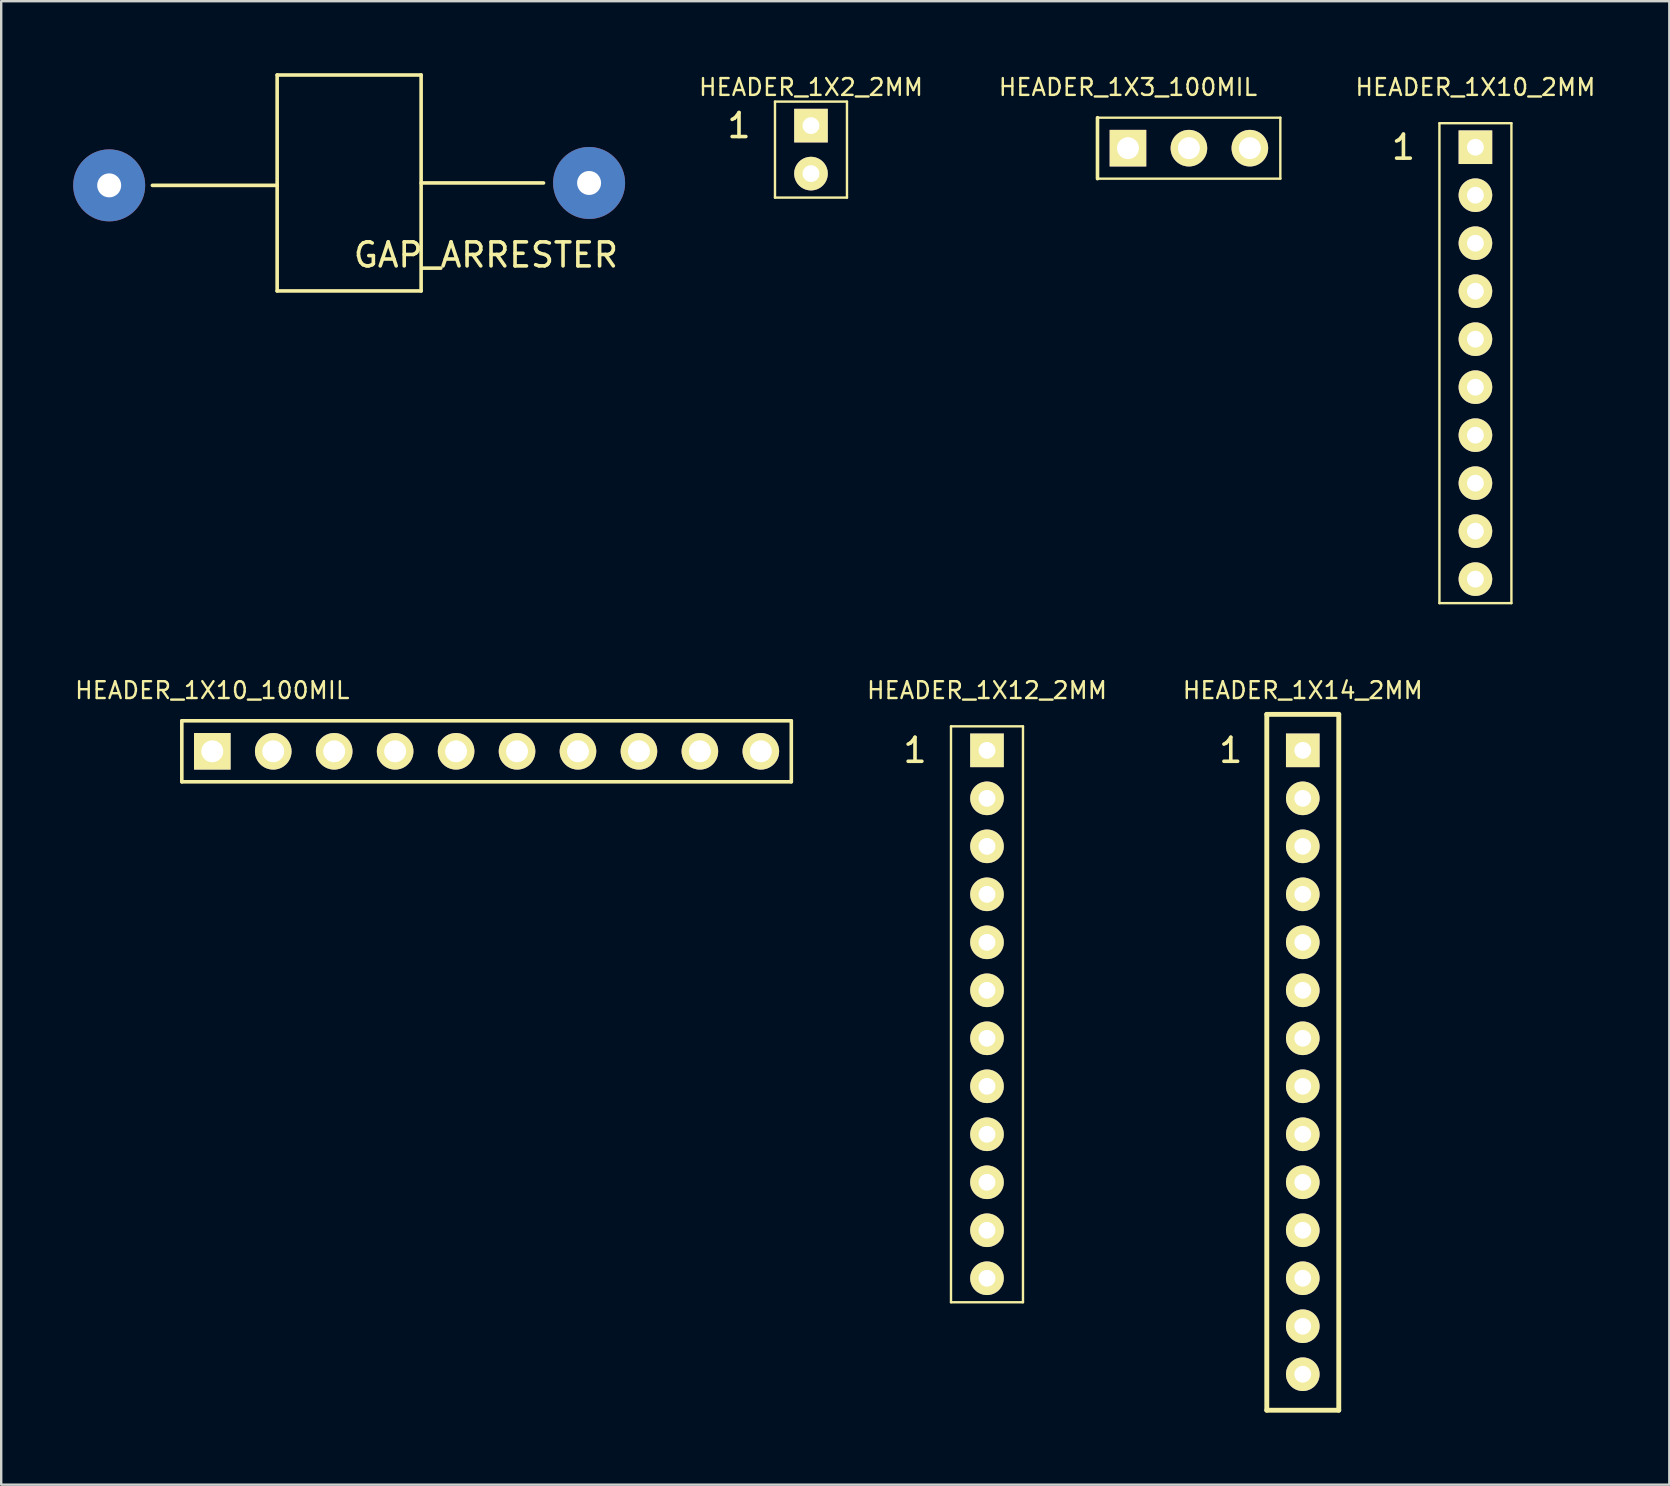
<source format=kicad_pcb>
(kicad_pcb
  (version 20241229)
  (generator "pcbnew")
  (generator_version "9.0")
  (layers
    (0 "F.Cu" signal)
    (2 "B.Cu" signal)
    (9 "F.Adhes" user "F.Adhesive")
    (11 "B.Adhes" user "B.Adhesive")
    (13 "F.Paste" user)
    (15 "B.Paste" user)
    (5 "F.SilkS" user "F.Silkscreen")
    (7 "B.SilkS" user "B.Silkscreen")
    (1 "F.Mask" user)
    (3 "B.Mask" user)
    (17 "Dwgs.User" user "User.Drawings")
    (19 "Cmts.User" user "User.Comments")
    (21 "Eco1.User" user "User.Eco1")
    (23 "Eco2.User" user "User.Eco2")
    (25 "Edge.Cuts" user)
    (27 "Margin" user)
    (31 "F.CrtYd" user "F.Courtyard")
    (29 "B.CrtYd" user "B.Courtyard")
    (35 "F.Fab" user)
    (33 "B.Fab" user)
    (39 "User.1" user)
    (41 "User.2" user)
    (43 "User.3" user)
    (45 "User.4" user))
  (footprint "HEADER_1X12_2MM"
    (layer "F.Cu")
    (at 38.082 28.22)
    (property "Reference" "HEADER_1X12_2MM" (at 0 -2.5 0) (layer "F.SilkS") (effects (font (size 0.7 0.7) (thickness 0.1))))
    (attr through_hole)
    (fp_line (start -1.5 -1) (end -1.5 23) (stroke (width 0.1) (type solid)) (layer "F.SilkS"))
    (fp_line (start -1.5 23) (end 1.5 23) (stroke (width 0.1) (type solid)) (layer "F.SilkS"))
    (fp_line (start 1.5 -1) (end -1.5 -1) (stroke (width 0.1) (type solid)) (layer "F.SilkS"))
    (fp_line (start 1.5 23) (end 1.5 -1) (stroke (width 0.1) (type solid)) (layer "F.SilkS"))
    (fp_text user "1" (at -3 0 0) (layer "F.SilkS") (effects (font (size 1 1) (thickness 0.15))))
    (pad "1" thru_hole rect (at 0 0) (size 1.4 1.4) (drill 0.7) (layers "*.Cu" "*.Mask" "F.SilkS"))
    (pad "2" thru_hole circle (at 0 2) (size 1.4 1.4) (drill 0.7) (layers "*.Cu" "*.Mask" "F.SilkS"))
    (pad "3" thru_hole circle (at 0 4) (size 1.4 1.4) (drill 0.7) (layers "*.Cu" "*.Mask" "F.SilkS"))
    (pad "4" thru_hole circle (at 0 6) (size 1.4 1.4) (drill 0.7) (layers "*.Cu" "*.Mask" "F.SilkS"))
    (pad "5" thru_hole circle (at 0 8) (size 1.4 1.4) (drill 0.7) (layers "*.Cu" "*.Mask" "F.SilkS"))
    (pad "6" thru_hole circle (at 0 10) (size 1.4 1.4) (drill 0.7) (layers "*.Cu" "*.Mask" "F.SilkS"))
    (pad "7" thru_hole circle (at 0 12) (size 1.4 1.4) (drill 0.7) (layers "*.Cu" "*.Mask" "F.SilkS"))
    (pad "8" thru_hole circle (at 0 14) (size 1.4 1.4) (drill 0.7) (layers "*.Cu" "*.Mask" "F.SilkS"))
    (pad "9" thru_hole circle (at 0 16) (size 1.4 1.4) (drill 0.7) (layers "*.Cu" "*.Mask" "F.SilkS"))
    (pad "10" thru_hole circle (at 0 18) (size 1.4 1.4) (drill 0.7) (layers "*.Cu" "*.Mask" "F.SilkS"))
    (pad "11" thru_hole circle (at 0 20) (size 1.4 1.4) (drill 0.7) (layers "*.Cu" "*.Mask" "F.SilkS"))
    (pad "12" thru_hole circle (at 0 22) (size 1.4 1.4) (drill 0.7) (layers "*.Cu" "*.Mask" "F.SilkS")))
  (footprint "HEADER_1X3_100MIL"
    (layer "F.Cu")
    (at 43.957 3.125)
    (property "Reference" "HEADER_1X3_100MIL" (at 0 -2.54 0) (layer "F.SilkS") (effects (font (size 0.7 0.7) (thickness 0.1))))
    (attr through_hole)
    (fp_line (start -1.27 -1.27) (end 6.35 -1.27) (stroke (width 0.1) (type solid)) (layer "F.SilkS"))
    (fp_line (start -1.27 1.27) (end -1.27 -1.27) (stroke (width 0.15) (type solid)) (layer "F.SilkS"))
    (fp_line (start 6.35 -1.27) (end 6.35 1.27) (stroke (width 0.1) (type solid)) (layer "F.SilkS"))
    (fp_line (start 6.35 1.27) (end -1.27 1.27) (stroke (width 0.1) (type solid)) (layer "F.SilkS"))
    (pad "1" thru_hole rect (at 0 0) (size 1.524 1.524) (drill 0.914) (layers "*.Cu" "*.Mask" "F.SilkS"))
    (pad "2" thru_hole circle (at 2.54 0) (size 1.524 1.524) (drill 0.914) (layers "*.Cu" "*.Mask" "F.SilkS"))
    (pad "3" thru_hole circle (at 5.08 0) (size 1.524 1.524) (drill 0.914) (layers "*.Cu" "*.Mask" "F.SilkS")))
  (footprint "HEADER_1X10_2MM"
    (layer "F.Cu")
    (at 58.437 3.085)
    (property "Reference" "HEADER_1X10_2MM" (at 0 -2.5 0) (layer "F.SilkS") (effects (font (size 0.7 0.7) (thickness 0.1))))
    (attr through_hole)
    (fp_line (start -1.5 19) (end -1.5 -1) (stroke (width 0.1) (type solid)) (layer "F.SilkS"))
    (fp_line (start -1.5 19) (end 1.5 19) (stroke (width 0.1) (type solid)) (layer "F.SilkS"))
    (fp_line (start 1.5 -1) (end -1.5 -1) (stroke (width 0.1) (type solid)) (layer "F.SilkS"))
    (fp_line (start 1.5 -1) (end 1.5 19) (stroke (width 0.1) (type solid)) (layer "F.SilkS"))
    (fp_text user "1" (at -3 0 0) (layer "F.SilkS") (effects (font (size 1 1) (thickness 0.15))))
    (pad "1" thru_hole rect (at 0 0) (size 1.4 1.4) (drill 0.7) (layers "*.Cu" "*.Mask" "F.SilkS"))
    (pad "2" thru_hole circle (at 0 2) (size 1.4 1.4) (drill 0.7) (layers "*.Cu" "*.Mask" "F.SilkS"))
    (pad "3" thru_hole circle (at 0 4) (size 1.4 1.4) (drill 0.7) (layers "*.Cu" "*.Mask" "F.SilkS"))
    (pad "4" thru_hole circle (at 0 6) (size 1.4 1.4) (drill 0.7) (layers "*.Cu" "*.Mask" "F.SilkS"))
    (pad "5" thru_hole circle (at 0 8) (size 1.4 1.4) (drill 0.7) (layers "*.Cu" "*.Mask" "F.SilkS"))
    (pad "6" thru_hole circle (at 0 10) (size 1.4 1.4) (drill 0.7) (layers "*.Cu" "*.Mask" "F.SilkS"))
    (pad "7" thru_hole circle (at 0 12) (size 1.4 1.4) (drill 0.7) (layers "*.Cu" "*.Mask" "F.SilkS"))
    (pad "8" thru_hole circle (at 0 14) (size 1.4 1.4) (drill 0.7) (layers "*.Cu" "*.Mask" "F.SilkS"))
    (pad "9" thru_hole circle (at 0 16) (size 1.4 1.4) (drill 0.7) (layers "*.Cu" "*.Mask" "F.SilkS"))
    (pad "10" thru_hole circle (at 0 18) (size 1.4 1.4) (drill 0.7) (layers "*.Cu" "*.Mask" "F.SilkS")))
  (footprint "HEADER_1X10_100MIL"
    (layer "F.Cu")
    (at 5.797 28.26)
    (property "Reference" "HEADER_1X10_100MIL" (at 0 -2.54 0) (layer "F.SilkS") (effects (font (size 0.7 0.7) (thickness 0.1))))
    (attr through_hole)
    (fp_line (start -1.27 -1.27) (end 24.13 -1.27) (stroke (width 0.15) (type solid)) (layer "F.SilkS"))
    (fp_line (start -1.27 1.27) (end -1.27 -1.27) (stroke (width 0.15) (type solid)) (layer "F.SilkS"))
    (fp_line (start 24.13 -1.27) (end 24.13 1.27) (stroke (width 0.15) (type solid)) (layer "F.SilkS"))
    (fp_line (start 24.13 1.27) (end -1.27 1.27) (stroke (width 0.15) (type solid)) (layer "F.SilkS"))
    (pad "1" thru_hole rect (at 0 0) (size 1.524 1.524) (drill 0.914) (layers "*.Cu" "*.Mask" "F.SilkS"))
    (pad "2" thru_hole circle (at 2.54 0) (size 1.524 1.524) (drill 0.914) (layers "*.Cu" "*.Mask" "F.SilkS"))
    (pad "3" thru_hole circle (at 5.08 0) (size 1.524 1.524) (drill 0.914) (layers "*.Cu" "*.Mask" "F.SilkS"))
    (pad "4" thru_hole circle (at 7.62 0) (size 1.524 1.524) (drill 0.914) (layers "*.Cu" "*.Mask" "F.SilkS"))
    (pad "5" thru_hole circle (at 10.16 0) (size 1.524 1.524) (drill 0.914) (layers "*.Cu" "*.Mask" "F.SilkS"))
    (pad "6" thru_hole circle (at 12.7 0) (size 1.524 1.524) (drill 0.914) (layers "*.Cu" "*.Mask" "F.SilkS"))
    (pad "7" thru_hole circle (at 15.24 0) (size 1.524 1.524) (drill 0.914) (layers "*.Cu" "*.Mask" "F.SilkS"))
    (pad "8" thru_hole circle (at 17.78 0) (size 1.524 1.524) (drill 0.914) (layers "*.Cu" "*.Mask" "F.SilkS"))
    (pad "9" thru_hole circle (at 20.32 0) (size 1.524 1.524) (drill 0.914) (layers "*.Cu" "*.Mask" "F.SilkS"))
    (pad "10" thru_hole circle (at 22.86 0) (size 1.524 1.524) (drill 0.914) (layers "*.Cu" "*.Mask" "F.SilkS")))
  (footprint "GAP_ARRESTER"
    (layer "F.Cu")
    (at 11.5 4.575)
    (property "Reference" "GAP_ARRESTER" (at 5.7 3 0) (layer "F.SilkS") (effects (font (size 1 1) (thickness 0.15))))
    (attr through_hole)
    (fp_line (start -8.2 0.1) (end -3 0.1) (stroke (width 0.15) (type solid)) (layer "F.SilkS"))
    (fp_line (start -3 -4.5) (end 3 -4.5) (stroke (width 0.15) (type solid)) (layer "F.SilkS"))
    (fp_line (start -3 4.5) (end -3 -4.5) (stroke (width 0.15) (type solid)) (layer "F.SilkS"))
    (fp_line (start 3 -4.5) (end 3 4.5) (stroke (width 0.15) (type solid)) (layer "F.SilkS"))
    (fp_line (start 3 4.5) (end -3 4.5) (stroke (width 0.15) (type solid)) (layer "F.SilkS"))
    (fp_line (start 8.1 0) (end 3 0) (stroke (width 0.15) (type solid)) (layer "F.SilkS"))
    (pad "1" thru_hole circle (at -10 0.1) (size 3 3) (drill 1) (layers "*.Cu" "*.Mask"))
    (pad "2" thru_hole circle (at 10 0) (size 3 3) (drill 1) (layers "*.Cu" "*.Mask")))
  (footprint "HEADER_1X2_2MM"
    (layer "F.Cu")
    (at 30.747 2.185)
    (property "Reference" "HEADER_1X2_2MM" (at 0 -1.6 0) (layer "F.SilkS") (effects (font (size 0.7 0.7) (thickness 0.1))))
    (attr through_hole)
    (fp_line (start -1.5 -1) (end -1.5 3) (stroke (width 0.1) (type solid)) (layer "F.SilkS"))
    (fp_line (start -1.5 3) (end 1.5 3) (stroke (width 0.1) (type solid)) (layer "F.SilkS"))
    (fp_line (start 1.5 -1) (end -1.5 -1) (stroke (width 0.1) (type solid)) (layer "F.SilkS"))
    (fp_line (start 1.5 -1) (end 1.5 3) (stroke (width 0.1) (type solid)) (layer "F.SilkS"))
    (fp_text user "1" (at -3 0 0) (layer "F.SilkS") (effects (font (size 1 1) (thickness 0.15))))
    (pad "1" thru_hole rect (at 0 0) (size 1.4 1.4) (drill 0.7) (layers "*.Cu" "*.Mask" "F.SilkS"))
    (pad "2" thru_hole circle (at 0 2) (size 1.4 1.4) (drill 0.7) (layers "*.Cu" "*.Mask" "F.SilkS")))
  (footprint "HEADER_1X14_2MM"
    (layer "F.Cu")
    (at 51.242 28.22)
    (property "Reference" "HEADER_1X14_2MM" (at 0 -2.5 0) (layer "F.SilkS") (effects (font (size 0.7 0.7) (thickness 0.1))))
    (attr through_hole)
    (fp_line (start -1.5 -1.5) (end -1.5 27.5) (stroke (width 0.203) (type solid)) (layer "F.SilkS"))
    (fp_line (start -1.5 27.5) (end 1.5 27.5) (stroke (width 0.203) (type solid)) (layer "F.SilkS"))
    (fp_line (start 1.5 -1.5) (end -1.5 -1.5) (stroke (width 0.203) (type solid)) (layer "F.SilkS"))
    (fp_line (start 1.5 27.5) (end 1.5 -1.5) (stroke (width 0.203) (type solid)) (layer "F.SilkS"))
    (fp_text user "1" (at -3 0 0) (layer "F.SilkS") (effects (font (size 1 1) (thickness 0.15))))
    (pad "1" thru_hole rect (at 0 0) (size 1.4 1.4) (drill 0.7) (layers "*.Cu" "*.Mask" "F.SilkS"))
    (pad "2" thru_hole circle (at 0 2) (size 1.4 1.4) (drill 0.7) (layers "*.Cu" "*.Mask" "F.SilkS"))
    (pad "3" thru_hole circle (at 0 4) (size 1.4 1.4) (drill 0.7) (layers "*.Cu" "*.Mask" "F.SilkS"))
    (pad "4" thru_hole circle (at 0 6) (size 1.4 1.4) (drill 0.7) (layers "*.Cu" "*.Mask" "F.SilkS"))
    (pad "5" thru_hole circle (at 0 8) (size 1.4 1.4) (drill 0.7) (layers "*.Cu" "*.Mask" "F.SilkS"))
    (pad "6" thru_hole circle (at 0 10) (size 1.4 1.4) (drill 0.7) (layers "*.Cu" "*.Mask" "F.SilkS"))
    (pad "7" thru_hole circle (at 0 12) (size 1.4 1.4) (drill 0.7) (layers "*.Cu" "*.Mask" "F.SilkS"))
    (pad "8" thru_hole circle (at 0 14) (size 1.4 1.4) (drill 0.7) (layers "*.Cu" "*.Mask" "F.SilkS"))
    (pad "9" thru_hole circle (at 0 16) (size 1.4 1.4) (drill 0.7) (layers "*.Cu" "*.Mask" "F.SilkS"))
    (pad "10" thru_hole circle (at 0 18) (size 1.4 1.4) (drill 0.7) (layers "*.Cu" "*.Mask" "F.SilkS"))
    (pad "11" thru_hole circle (at 0 20) (size 1.4 1.4) (drill 0.7) (layers "*.Cu" "*.Mask" "F.SilkS"))
    (pad "12" thru_hole circle (at 0 22) (size 1.4 1.4) (drill 0.7) (layers "*.Cu" "*.Mask" "F.SilkS"))
    (pad "13" thru_hole circle (at 0 24) (size 1.4 1.4) (drill 0.7) (layers "*.Cu" "*.Mask" "F.SilkS"))
    (pad "14" thru_hole circle (at 0 26) (size 1.4 1.4) (drill 0.7) (layers "*.Cu" "*.Mask" "F.SilkS")))
  (gr_rect
    (start -3 -3)
    (end 66.517 58.822)
    (stroke (width 0.1) (type default))
    (fill no)
    (layer "Edge.Cuts")))
</source>
